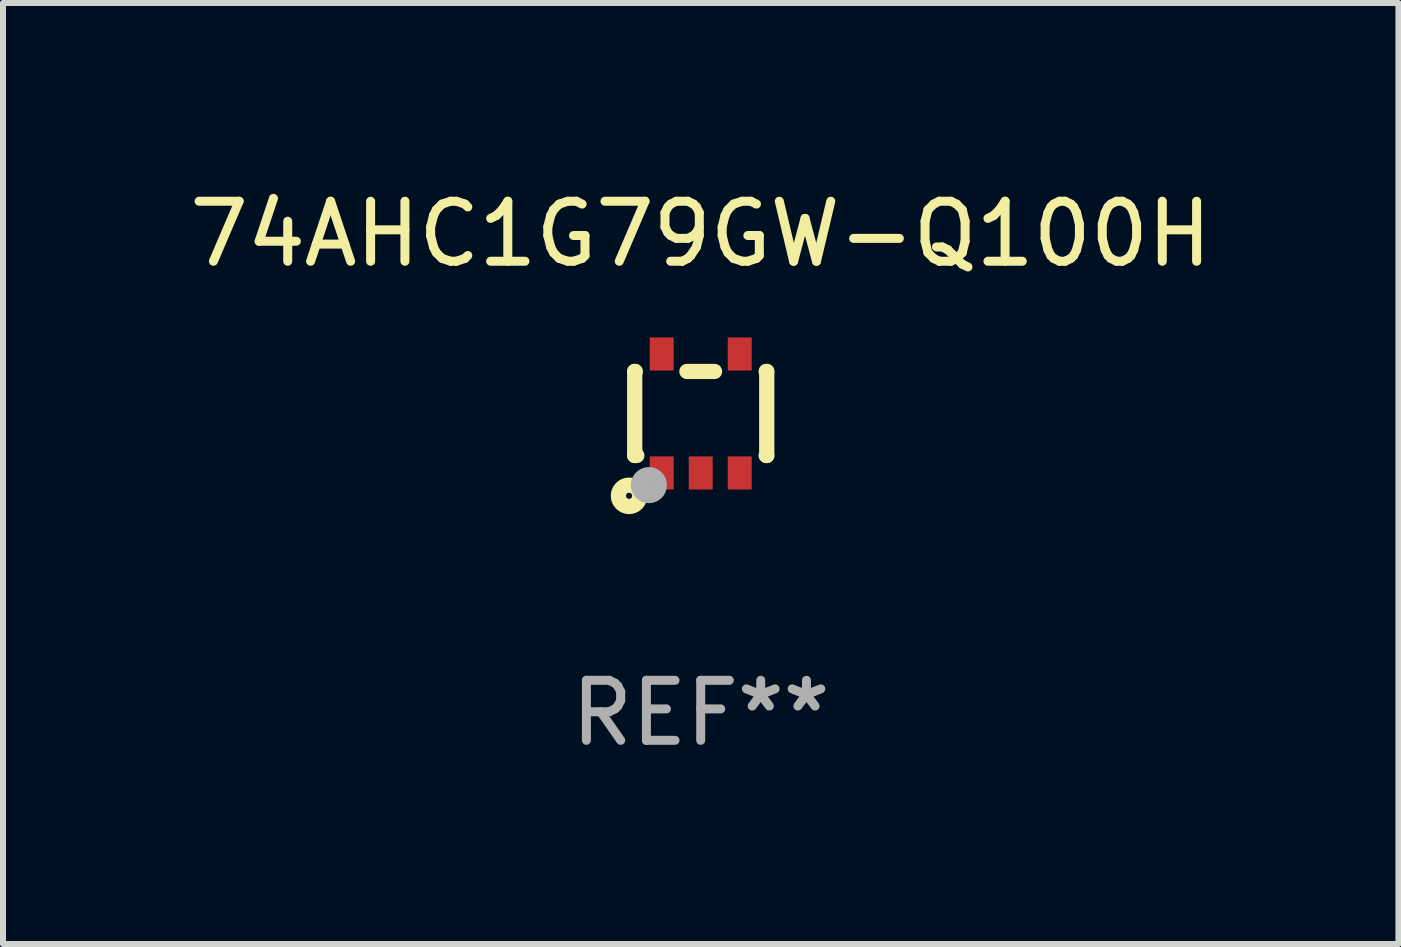
<source format=kicad_pcb>
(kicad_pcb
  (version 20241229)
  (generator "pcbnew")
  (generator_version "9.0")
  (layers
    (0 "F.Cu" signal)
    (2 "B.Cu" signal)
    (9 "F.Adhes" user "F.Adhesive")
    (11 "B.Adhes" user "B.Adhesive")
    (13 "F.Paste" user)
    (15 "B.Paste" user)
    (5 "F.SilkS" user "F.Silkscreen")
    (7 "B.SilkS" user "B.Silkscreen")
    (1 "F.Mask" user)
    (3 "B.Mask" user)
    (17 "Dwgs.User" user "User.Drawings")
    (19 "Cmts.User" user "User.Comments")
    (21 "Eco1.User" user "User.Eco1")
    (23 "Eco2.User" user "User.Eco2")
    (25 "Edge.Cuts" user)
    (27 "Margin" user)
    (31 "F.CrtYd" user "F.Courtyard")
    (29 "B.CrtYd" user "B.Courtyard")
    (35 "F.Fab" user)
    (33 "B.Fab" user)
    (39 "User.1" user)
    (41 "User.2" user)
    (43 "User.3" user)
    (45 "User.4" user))
  (footprint "74AHC1G79GW-Q100H"
    (layer "F.Cu")
    (at 8.625 3.839)
    (property "Reference" "74AHC1G79GW-Q100H" (at 0 -2.991 0) (layer "F.SilkS") (effects (font (size 1 1) (thickness 0.15))))
    (attr through_hole)
    (fp_line (start -1.1 -0.7) (end -1.1 0.7) (stroke (width 0.254) (type solid)) (layer "F.SilkS"))
    (fp_line (start -1.1 -0.7) (end -1.09 -0.7) (stroke (width 0.254) (type solid)) (layer "F.SilkS"))
    (fp_line (start -1.1 0.7) (end -1.065 0.7) (stroke (width 0.254) (type solid)) (layer "F.SilkS"))
    (fp_line (start -0.23 -0.7) (end 0.23 -0.7) (stroke (width 0.254) (type solid)) (layer "F.SilkS"))
    (fp_line (start 1.09 -0.7) (end 1.1 -0.7) (stroke (width 0.254) (type solid)) (layer "F.SilkS"))
    (fp_line (start 1.09 0.7) (end 1.1 0.7) (stroke (width 0.254) (type solid)) (layer "F.SilkS"))
    (fp_line (start 1.1 -0.7) (end 1.1 0.7) (stroke (width 0.254) (type solid)) (layer "F.SilkS"))
    (fp_circle (center -1.194 1.372) (end -1.143 1.372) (stroke (width 0.254) (type solid)) (fill no) (layer "F.SilkS"))
    (fp_circle (center -1.05 1.063) (end -1.02 1.063) (stroke (width 0.06) (type solid)) (fill no) (layer "F.SilkS"))
    (fp_circle (center -0.864 1.194) (end -0.713 1.194) (stroke (width 0.3) (type solid)) (fill no) (layer "F.Fab"))
    (fp_text user "REF**" (at 0 4.991 0) (layer "F.Fab") (effects (font (size 1 1) (thickness 0.15))))
    (pad "1" smd rect (at -0.65 0.991 180) (size 0.399 0.551) (layers "F.Cu" "F.Mask" "F.Paste"))
    (pad "2" smd rect (at 0 0.991 180) (size 0.399 0.551) (layers "F.Cu" "F.Mask" "F.Paste"))
    (pad "3" smd rect (at 0.65 0.991 180) (size 0.399 0.551) (layers "F.Cu" "F.Mask" "F.Paste"))
    (pad "4" smd rect (at 0.65 -0.991 180) (size 0.399 0.551) (layers "F.Cu" "F.Mask" "F.Paste"))
    (pad "5" smd rect (at -0.65 -0.991 180) (size 0.399 0.551) (layers "F.Cu" "F.Mask" "F.Paste")))
  (gr_rect
    (start -3 -3)
    (end 20.25 12.678)
    (stroke (width 0.1) (type default))
    (fill no)
    (layer "Edge.Cuts")))
</source>
